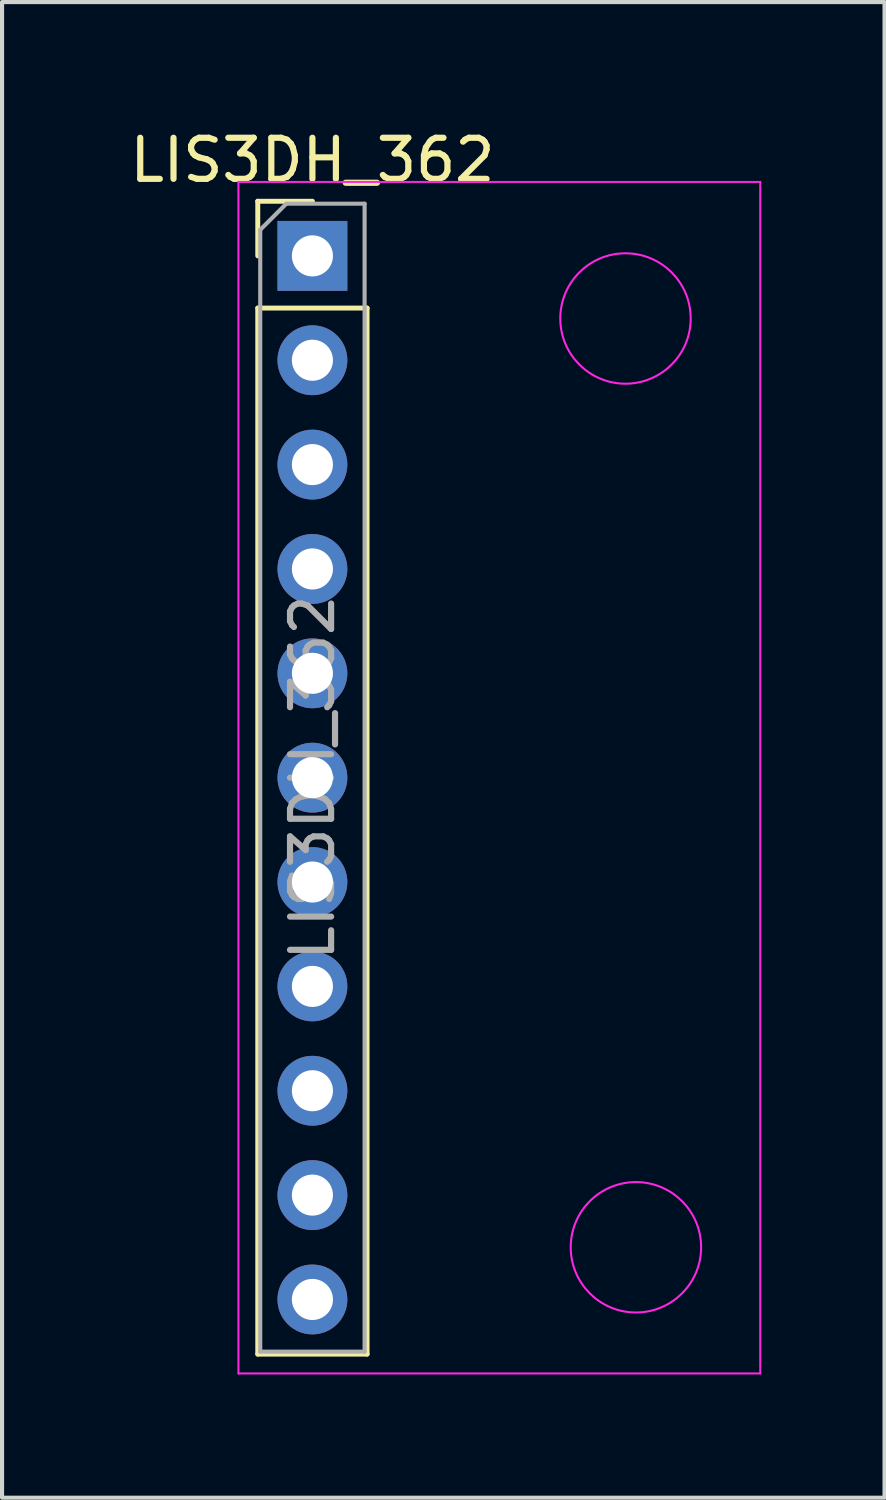
<source format=kicad_pcb>
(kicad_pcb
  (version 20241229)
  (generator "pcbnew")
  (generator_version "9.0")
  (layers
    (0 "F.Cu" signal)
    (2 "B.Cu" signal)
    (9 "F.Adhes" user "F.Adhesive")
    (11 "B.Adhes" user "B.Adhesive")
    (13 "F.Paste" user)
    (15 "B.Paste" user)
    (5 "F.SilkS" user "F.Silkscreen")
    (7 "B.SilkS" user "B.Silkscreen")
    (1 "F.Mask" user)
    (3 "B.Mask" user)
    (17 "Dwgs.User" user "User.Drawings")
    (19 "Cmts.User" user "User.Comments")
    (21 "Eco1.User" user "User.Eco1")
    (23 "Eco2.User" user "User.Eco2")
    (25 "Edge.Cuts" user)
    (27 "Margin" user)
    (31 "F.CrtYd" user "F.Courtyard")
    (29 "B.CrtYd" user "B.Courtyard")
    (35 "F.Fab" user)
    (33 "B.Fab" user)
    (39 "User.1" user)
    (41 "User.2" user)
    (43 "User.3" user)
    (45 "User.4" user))
  (footprint "LIS3DH_362"
    (layer "F.Cu")
    (at 4.554 3.178)
    (property "Reference" "LIS3DH_362" (at 0 -2.33 0) (layer "F.SilkS") (effects (font (size 1 1) (thickness 0.15))))
    (attr through_hole)
    (fp_line (start -1.33 -1.33) (end 0 -1.33) (stroke (width 0.12) (type solid)) (layer "F.SilkS"))
    (fp_line (start -1.33 0) (end -1.33 -1.33) (stroke (width 0.12) (type solid)) (layer "F.SilkS"))
    (fp_line (start -1.33 1.27) (end -1.33 26.73) (stroke (width 0.12) (type solid)) (layer "F.SilkS"))
    (fp_line (start -1.33 1.27) (end 1.33 1.27) (stroke (width 0.12) (type solid)) (layer "F.SilkS"))
    (fp_line (start -1.33 26.73) (end 1.33 26.73) (stroke (width 0.12) (type solid)) (layer "F.SilkS"))
    (fp_line (start 1.33 1.27) (end 1.33 26.73) (stroke (width 0.12) (type solid)) (layer "F.SilkS"))
    (fp_line (start -1.8 -1.8) (end -1.8 27.2) (stroke (width 0.05) (type solid)) (layer "F.CrtYd"))
    (fp_line (start -1.8 27.2) (end 10.9 27.2) (stroke (width 0.05) (type solid)) (layer "F.CrtYd"))
    (fp_line (start 10.9 -1.8) (end -1.8 -1.8) (stroke (width 0.05) (type solid)) (layer "F.CrtYd"))
    (fp_line (start 10.9 27.2) (end 10.9 -1.8) (stroke (width 0.05) (type solid)) (layer "F.CrtYd"))
    (fp_circle (center 7.62 1.524) (end 9.207 1.524) (stroke (width 0.05) (type solid)) (fill no) (layer "F.CrtYd"))
    (fp_circle (center 7.874 24.13) (end 9.461 24.13) (stroke (width 0.05) (type solid)) (fill no) (layer "F.CrtYd"))
    (fp_line (start -1.27 -0.635) (end -0.635 -1.27) (stroke (width 0.1) (type solid)) (layer "F.Fab"))
    (fp_line (start -1.27 26.67) (end -1.27 -0.635) (stroke (width 0.1) (type solid)) (layer "F.Fab"))
    (fp_line (start -0.635 -1.27) (end 1.27 -1.27) (stroke (width 0.1) (type solid)) (layer "F.Fab"))
    (fp_line (start 1.27 -1.27) (end 1.27 26.67) (stroke (width 0.1) (type solid)) (layer "F.Fab"))
    (fp_line (start 1.27 26.67) (end -1.27 26.67) (stroke (width 0.1) (type solid)) (layer "F.Fab"))
    (fp_text user "${REFERENCE}" (at 0 12.7 90) (layer "F.Fab") (effects (font (size 1 1) (thickness 0.15))))
    (pad "1" thru_hole rect (at 0 0) (size 1.7 1.7) (drill 1) (layers "*.Cu" "*.Mask"))
    (pad "2" thru_hole oval (at 0 2.54) (size 1.7 1.7) (drill 1) (layers "*.Cu" "*.Mask"))
    (pad "3" thru_hole oval (at 0 5.08) (size 1.7 1.7) (drill 1) (layers "*.Cu" "*.Mask"))
    (pad "4" thru_hole oval (at 0 7.62) (size 1.7 1.7) (drill 1) (layers "*.Cu" "*.Mask"))
    (pad "5" thru_hole oval (at 0 10.16) (size 1.7 1.7) (drill 1) (layers "*.Cu" "*.Mask"))
    (pad "6" thru_hole oval (at 0 12.7) (size 1.7 1.7) (drill 1) (layers "*.Cu" "*.Mask"))
    (pad "7" thru_hole oval (at 0 15.24) (size 1.7 1.7) (drill 1) (layers "*.Cu" "*.Mask"))
    (pad "8" thru_hole oval (at 0 17.78) (size 1.7 1.7) (drill 1) (layers "*.Cu" "*.Mask"))
    (pad "9" thru_hole oval (at 0 20.32) (size 1.7 1.7) (drill 1) (layers "*.Cu" "*.Mask"))
    (pad "10" thru_hole oval (at 0 22.86) (size 1.7 1.7) (drill 1) (layers "*.Cu" "*.Mask"))
    (pad "11" thru_hole oval (at 0 25.4) (size 1.7 1.7) (drill 1) (layers "*.Cu" "*.Mask")))
  (gr_rect
    (start -3 -3)
    (end 18.479 33.403)
    (stroke (width 0.1) (type default))
    (fill no)
    (layer "Edge.Cuts")))
</source>
